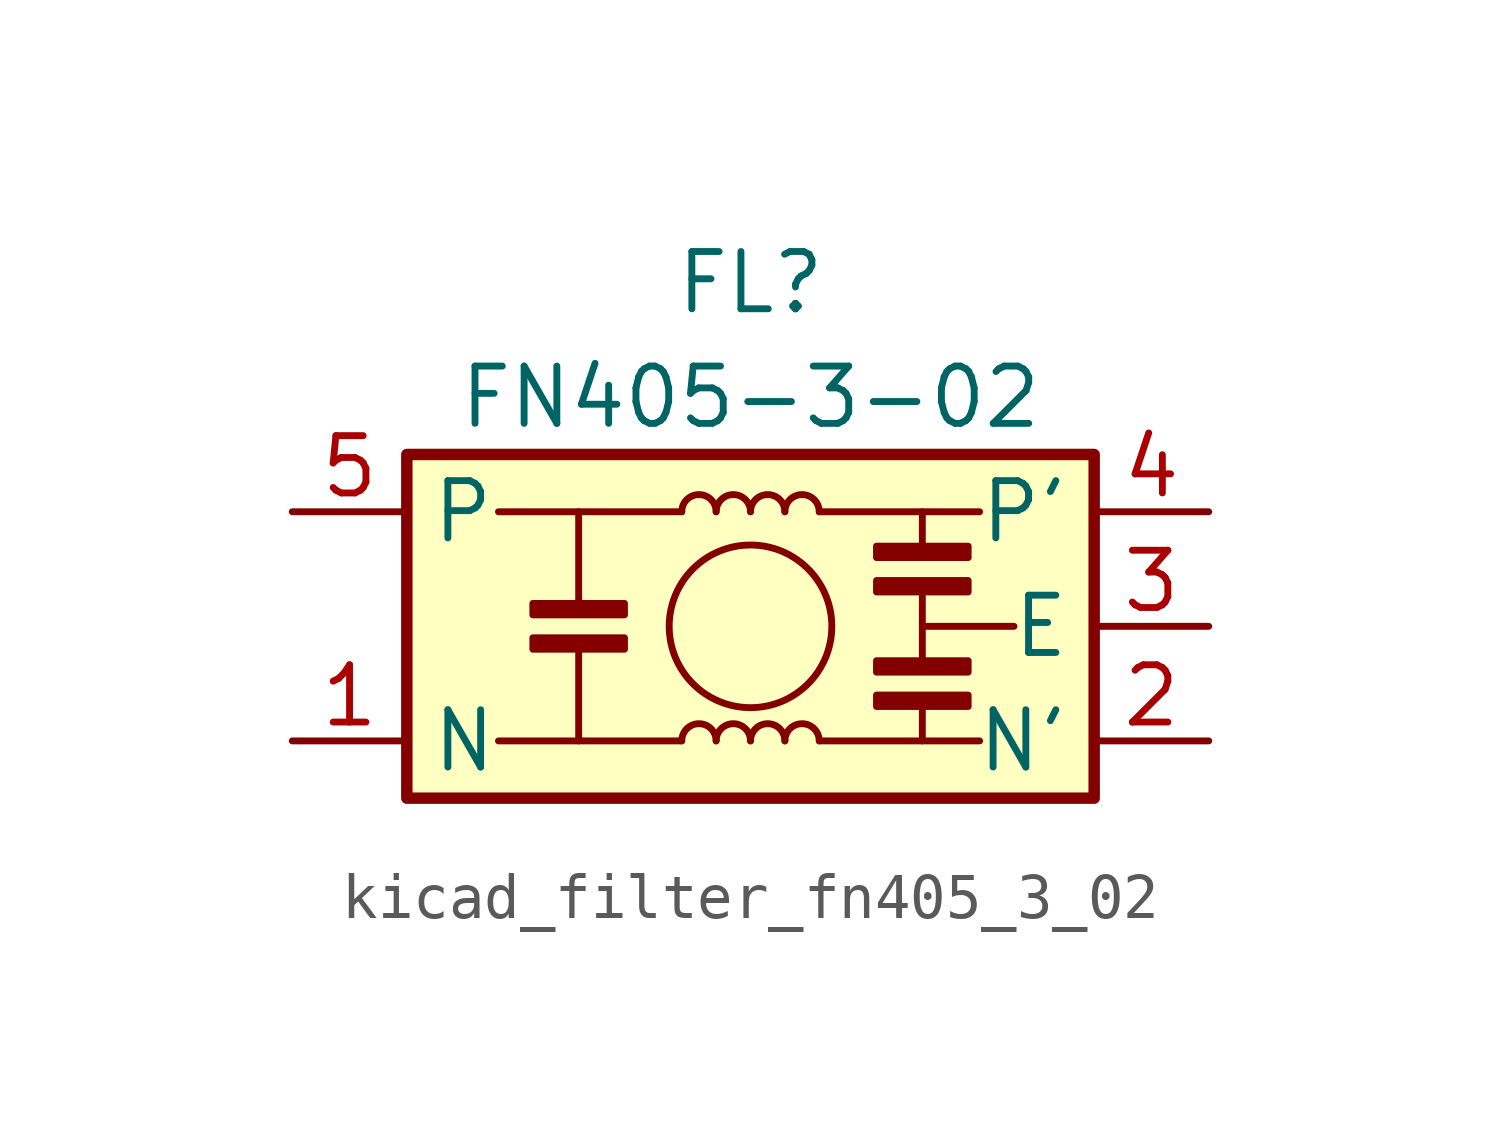
<source format=kicad_sym>
(kicad_symbol_lib
  (version 20220914)
  (generator kicad_symbol_editor)
  (symbol "kicad_filter_fn405_3_02"
    (property "Reference" "FL"
      (at 0 7.62 0)
      (effects (font (size 1.27 1.27))))
    (property "Value" "FN405-3-02"
      (at 0 5.08 0)
      (effects (font (size 1.27 1.27))))
    (symbol "kicad_filter_fn405_3_02_0_1"
      (rectangle (start -7.62 3.81) (end 7.62 -3.81) (stroke (width 0.254) (type default)) (fill (type background)))
      (rectangle (start -4.826 -0.254) (end -2.794 -0.508) (stroke (width 0) (type default)) (fill (type outline)))
      (rectangle (start -4.826 0.254) (end -2.794 0.508) (stroke (width 0) (type default)) (fill (type outline)))
      (arc (start -0.762 -2.54) (mid -1.143 -2.1606) (end -1.524 -2.54) (stroke (width 0) (type default)) (fill (type none)))
      (arc (start -0.762 2.54) (mid -1.143 2.9194) (end -1.524 2.54) (stroke (width 0) (type default)) (fill (type none)))
      (arc (start 0 -2.54) (mid -0.381 -2.1606) (end -0.762 -2.54) (stroke (width 0) (type default)) (fill (type none)))
      (polyline (pts (xy -3.81 -0.508) (xy -3.81 -2.54)) (stroke (width 0) (type default)) (fill (type none)))
      (polyline (pts (xy -3.81 0.508) (xy -3.81 2.54)) (stroke (width 0) (type default)) (fill (type none)))
      (polyline (pts (xy -1.524 -2.54) (xy -5.588 -2.54)) (stroke (width 0) (type default)) (fill (type none)))
      (polyline (pts (xy -1.524 2.54) (xy -5.588 2.54)) (stroke (width 0) (type default)) (fill (type none)))
      (polyline (pts (xy 1.524 -2.54) (xy 5.08 -2.54)) (stroke (width 0) (type default)) (fill (type none)))
      (polyline (pts (xy 3.81 -1.778) (xy 3.81 -2.54)) (stroke (width 0) (type default)) (fill (type none)))
      (polyline (pts (xy 3.81 0) (xy 5.842 0)) (stroke (width 0) (type default)) (fill (type none)))
      (polyline (pts (xy 3.81 0.762) (xy 3.81 -0.762)) (stroke (width 0) (type default)) (fill (type none)))
      (polyline (pts (xy 3.81 1.778) (xy 3.81 2.54)) (stroke (width 0) (type default)) (fill (type none)))
      (polyline (pts (xy 5.08 2.54) (xy 1.524 2.54)) (stroke (width 0) (type default)) (fill (type none)))
      (circle (center 0 0) (radius 1.803) (stroke (width 0) (type default)) (fill (type none)))
      (arc (start 0 2.54) (mid -0.381 2.9194) (end -0.762 2.54) (stroke (width 0) (type default)) (fill (type none)))
      (arc (start 0.762 -2.54) (mid 0.381 -2.1606) (end 0 -2.54) (stroke (width 0) (type default)) (fill (type none)))
      (arc (start 0.762 2.54) (mid 0.381 2.9194) (end 0 2.54) (stroke (width 0) (type default)) (fill (type none)))
      (arc (start 1.524 -2.54) (mid 1.143 -2.1606) (end 0.762 -2.54) (stroke (width 0) (type default)) (fill (type none)))
      (arc (start 1.524 2.54) (mid 1.143 2.9194) (end 0.762 2.54) (stroke (width 0) (type default)) (fill (type none)))
      (rectangle (start 2.794 -1.524) (end 4.826 -1.778) (stroke (width 0) (type default)) (fill (type outline)))
      (rectangle (start 2.794 -1.016) (end 4.826 -0.762) (stroke (width 0) (type default)) (fill (type outline)))
      (rectangle (start 2.794 1.016) (end 4.826 0.762) (stroke (width 0) (type default)) (fill (type outline)))
      (rectangle (start 2.794 1.524) (end 4.826 1.778) (stroke (width 0) (type default)) (fill (type outline))))
    (symbol "kicad_filter_fn405_3_02_1_1"
      (pin passive line (at -10.16 -2.54 0) (length 2.54) (name "N" (effects (font (size 1.27 1.27)))) (number "1" (effects (font (size 1.27 1.27)))))
      (pin passive line (at 10.16 -2.54 180) (length 2.54) (name "N'" (effects (font (size 1.27 1.27)))) (number "2" (effects (font (size 1.27 1.27)))))
      (pin passive line (at 10.16 0 180) (length 2.54) (name "E" (effects (font (size 1.27 1.27)))) (number "3" (effects (font (size 1.27 1.27)))))
      (pin passive line (at 10.16 2.54 180) (length 2.54) (name "P'" (effects (font (size 1.27 1.27)))) (number "4" (effects (font (size 1.27 1.27)))))
      (pin passive line (at -10.16 2.54 0) (length 2.54) (name "P" (effects (font (size 1.27 1.27)))) (number "5" (effects (font (size 1.27 1.27))))))))
</source>
